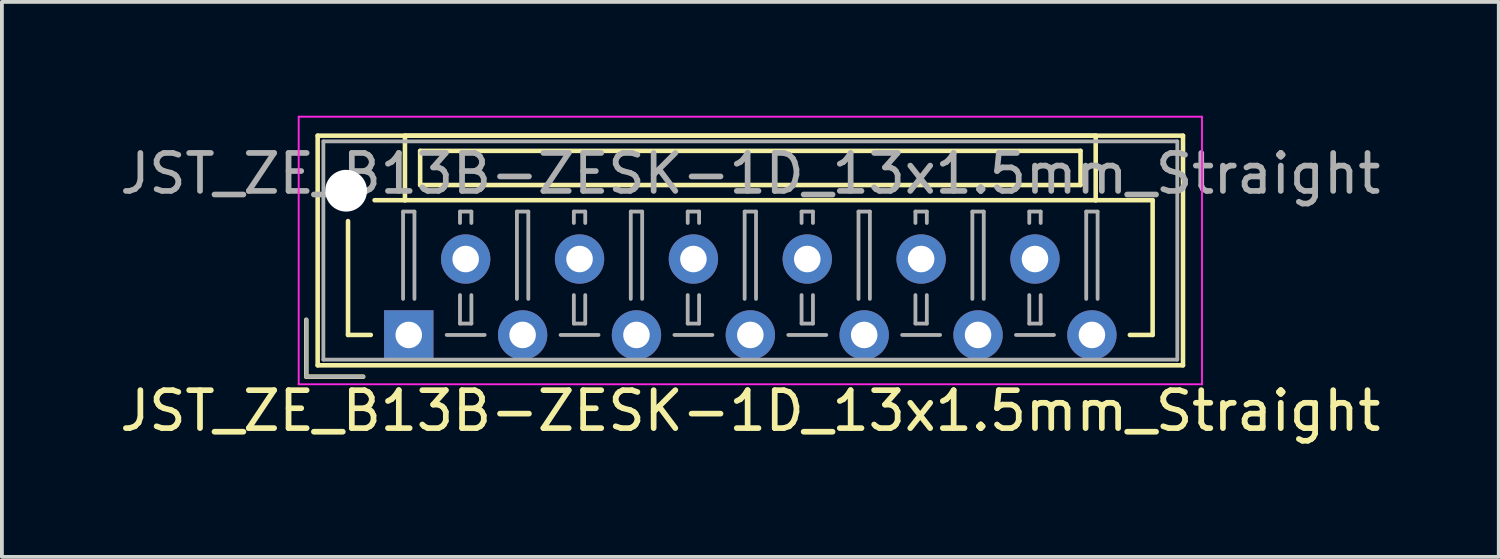
<source format=kicad_pcb>
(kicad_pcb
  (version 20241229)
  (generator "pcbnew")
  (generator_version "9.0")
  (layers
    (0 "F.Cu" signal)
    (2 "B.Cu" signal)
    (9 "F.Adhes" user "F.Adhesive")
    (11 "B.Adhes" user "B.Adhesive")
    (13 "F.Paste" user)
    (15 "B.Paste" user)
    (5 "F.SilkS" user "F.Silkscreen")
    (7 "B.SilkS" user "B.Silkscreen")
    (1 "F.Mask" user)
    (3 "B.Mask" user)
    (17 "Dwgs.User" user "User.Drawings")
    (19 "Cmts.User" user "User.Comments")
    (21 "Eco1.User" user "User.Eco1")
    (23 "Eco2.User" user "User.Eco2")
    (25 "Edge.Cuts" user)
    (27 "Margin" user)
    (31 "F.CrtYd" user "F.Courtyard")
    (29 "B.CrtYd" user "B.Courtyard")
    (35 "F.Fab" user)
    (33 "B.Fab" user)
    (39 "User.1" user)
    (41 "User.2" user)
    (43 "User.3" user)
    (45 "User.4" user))
  (footprint "JST_ZE_B13B-ZESK-1D_13x1.5mm_Straight"
    (layer "F.Cu")
    (at 7.72 5.775)
    (property "Reference" "JST_ZE_B13B-ZESK-1D_13x1.5mm_Straight" (at 9 2 0) (layer "F.SilkS") (effects (font (size 1 1) (thickness 0.15))))
    (attr through_hole)
    (fp_line (start -2.7 -0.4) (end -2.7 1.1) (stroke (width 0.12) (type solid)) (layer "F.SilkS"))
    (fp_line (start -2.7 1.1) (end -1.2 1.1) (stroke (width 0.12) (type solid)) (layer "F.SilkS"))
    (fp_line (start -2.4 -5.25) (end -2.4 0.8) (stroke (width 0.12) (type solid)) (layer "F.SilkS"))
    (fp_line (start -2.4 0.8) (end 20.4 0.8) (stroke (width 0.12) (type solid)) (layer "F.SilkS"))
    (fp_line (start -1.6 -3) (end -1.6 0) (stroke (width 0.12) (type solid)) (layer "F.SilkS"))
    (fp_line (start -1.6 0) (end -1 0) (stroke (width 0.12) (type solid)) (layer "F.SilkS"))
    (fp_line (start -0.1 -5.25) (end -0.1 -3.55) (stroke (width 0.12) (type solid)) (layer "F.SilkS"))
    (fp_line (start -0.1 -3.55) (end -0.9 -3.55) (stroke (width 0.12) (type solid)) (layer "F.SilkS"))
    (fp_line (start -0.1 -3.55) (end 18.1 -3.55) (stroke (width 0.12) (type solid)) (layer "F.SilkS"))
    (fp_line (start 0.3 -4.85) (end 0.3 -3.95) (stroke (width 0.12) (type solid)) (layer "F.SilkS"))
    (fp_line (start 0.3 -3.95) (end 17.7 -3.95) (stroke (width 0.12) (type solid)) (layer "F.SilkS"))
    (fp_line (start 17.7 -4.85) (end 0.3 -4.85) (stroke (width 0.12) (type solid)) (layer "F.SilkS"))
    (fp_line (start 17.7 -3.95) (end 17.7 -4.85) (stroke (width 0.12) (type solid)) (layer "F.SilkS"))
    (fp_line (start 18.1 -5.25) (end -0.1 -5.25) (stroke (width 0.12) (type solid)) (layer "F.SilkS"))
    (fp_line (start 18.1 -3.55) (end 18.1 -5.25) (stroke (width 0.12) (type solid)) (layer "F.SilkS"))
    (fp_line (start 18.1 -3.55) (end 19.6 -3.55) (stroke (width 0.12) (type solid)) (layer "F.SilkS"))
    (fp_line (start 19.6 -3.55) (end 19.6 0) (stroke (width 0.12) (type solid)) (layer "F.SilkS"))
    (fp_line (start 19.6 0) (end 19 0) (stroke (width 0.12) (type solid)) (layer "F.SilkS"))
    (fp_line (start 20.4 -5.25) (end -2.4 -5.25) (stroke (width 0.12) (type solid)) (layer "F.SilkS"))
    (fp_line (start 20.4 0.8) (end 20.4 -5.25) (stroke (width 0.12) (type solid)) (layer "F.SilkS"))
    (fp_line (start -2.9 -5.75) (end -2.9 1.3) (stroke (width 0.05) (type solid)) (layer "F.CrtYd"))
    (fp_line (start -2.9 1.3) (end 20.9 1.3) (stroke (width 0.05) (type solid)) (layer "F.CrtYd"))
    (fp_line (start 20.9 -5.75) (end -2.9 -5.75) (stroke (width 0.05) (type solid)) (layer "F.CrtYd"))
    (fp_line (start 20.9 1.3) (end 20.9 -5.75) (stroke (width 0.05) (type solid)) (layer "F.CrtYd"))
    (fp_line (start -2.7 -0.4) (end -2.7 1.1) (stroke (width 0.1) (type solid)) (layer "F.Fab"))
    (fp_line (start -2.7 1.1) (end -1.2 1.1) (stroke (width 0.1) (type solid)) (layer "F.Fab"))
    (fp_line (start -2.25 -5.1) (end -2.25 0.65) (stroke (width 0.1) (type solid)) (layer "F.Fab"))
    (fp_line (start -2.25 0.65) (end 20.25 0.65) (stroke (width 0.1) (type solid)) (layer "F.Fab"))
    (fp_line (start -0.15 -3.25) (end 0.15 -3.25) (stroke (width 0.1) (type solid)) (layer "F.Fab"))
    (fp_line (start -0.15 -0.95) (end -0.15 -3.25) (stroke (width 0.1) (type solid)) (layer "F.Fab"))
    (fp_line (start 0.15 -3.25) (end 0.15 -0.95) (stroke (width 0.1) (type solid)) (layer "F.Fab"))
    (fp_line (start 1 0) (end 2 0) (stroke (width 0.1) (type solid)) (layer "F.Fab"))
    (fp_line (start 1.35 -3.25) (end 1.65 -3.25) (stroke (width 0.1) (type solid)) (layer "F.Fab"))
    (fp_line (start 1.35 -2.95) (end 1.35 -3.25) (stroke (width 0.1) (type solid)) (layer "F.Fab"))
    (fp_line (start 1.35 -1.05) (end 1.35 -0.3) (stroke (width 0.1) (type solid)) (layer "F.Fab"))
    (fp_line (start 1.35 -0.3) (end 1.65 -0.3) (stroke (width 0.1) (type solid)) (layer "F.Fab"))
    (fp_line (start 1.65 -3.25) (end 1.65 -2.95) (stroke (width 0.1) (type solid)) (layer "F.Fab"))
    (fp_line (start 1.65 -0.3) (end 1.65 -1.05) (stroke (width 0.1) (type solid)) (layer "F.Fab"))
    (fp_line (start 2.85 -3.25) (end 3.15 -3.25) (stroke (width 0.1) (type solid)) (layer "F.Fab"))
    (fp_line (start 2.85 -0.95) (end 2.85 -3.25) (stroke (width 0.1) (type solid)) (layer "F.Fab"))
    (fp_line (start 3.15 -3.25) (end 3.15 -0.95) (stroke (width 0.1) (type solid)) (layer "F.Fab"))
    (fp_line (start 4 0) (end 5 0) (stroke (width 0.1) (type solid)) (layer "F.Fab"))
    (fp_line (start 4.35 -3.25) (end 4.65 -3.25) (stroke (width 0.1) (type solid)) (layer "F.Fab"))
    (fp_line (start 4.35 -2.95) (end 4.35 -3.25) (stroke (width 0.1) (type solid)) (layer "F.Fab"))
    (fp_line (start 4.35 -1.05) (end 4.35 -0.3) (stroke (width 0.1) (type solid)) (layer "F.Fab"))
    (fp_line (start 4.35 -0.3) (end 4.65 -0.3) (stroke (width 0.1) (type solid)) (layer "F.Fab"))
    (fp_line (start 4.65 -3.25) (end 4.65 -2.95) (stroke (width 0.1) (type solid)) (layer "F.Fab"))
    (fp_line (start 4.65 -0.3) (end 4.65 -1.05) (stroke (width 0.1) (type solid)) (layer "F.Fab"))
    (fp_line (start 5.85 -3.25) (end 6.15 -3.25) (stroke (width 0.1) (type solid)) (layer "F.Fab"))
    (fp_line (start 5.85 -0.95) (end 5.85 -3.25) (stroke (width 0.1) (type solid)) (layer "F.Fab"))
    (fp_line (start 6.15 -3.25) (end 6.15 -0.95) (stroke (width 0.1) (type solid)) (layer "F.Fab"))
    (fp_line (start 7 0) (end 8 0) (stroke (width 0.1) (type solid)) (layer "F.Fab"))
    (fp_line (start 7.35 -3.25) (end 7.65 -3.25) (stroke (width 0.1) (type solid)) (layer "F.Fab"))
    (fp_line (start 7.35 -2.95) (end 7.35 -3.25) (stroke (width 0.1) (type solid)) (layer "F.Fab"))
    (fp_line (start 7.35 -1.05) (end 7.35 -0.3) (stroke (width 0.1) (type solid)) (layer "F.Fab"))
    (fp_line (start 7.35 -0.3) (end 7.65 -0.3) (stroke (width 0.1) (type solid)) (layer "F.Fab"))
    (fp_line (start 7.65 -3.25) (end 7.65 -2.95) (stroke (width 0.1) (type solid)) (layer "F.Fab"))
    (fp_line (start 7.65 -0.3) (end 7.65 -1.05) (stroke (width 0.1) (type solid)) (layer "F.Fab"))
    (fp_line (start 8.85 -3.25) (end 9.15 -3.25) (stroke (width 0.1) (type solid)) (layer "F.Fab"))
    (fp_line (start 8.85 -0.95) (end 8.85 -3.25) (stroke (width 0.1) (type solid)) (layer "F.Fab"))
    (fp_line (start 9.15 -3.25) (end 9.15 -0.95) (stroke (width 0.1) (type solid)) (layer "F.Fab"))
    (fp_line (start 10 0) (end 11 0) (stroke (width 0.1) (type solid)) (layer "F.Fab"))
    (fp_line (start 10.35 -3.25) (end 10.65 -3.25) (stroke (width 0.1) (type solid)) (layer "F.Fab"))
    (fp_line (start 10.35 -2.95) (end 10.35 -3.25) (stroke (width 0.1) (type solid)) (layer "F.Fab"))
    (fp_line (start 10.35 -1.05) (end 10.35 -0.3) (stroke (width 0.1) (type solid)) (layer "F.Fab"))
    (fp_line (start 10.35 -0.3) (end 10.65 -0.3) (stroke (width 0.1) (type solid)) (layer "F.Fab"))
    (fp_line (start 10.65 -3.25) (end 10.65 -2.95) (stroke (width 0.1) (type solid)) (layer "F.Fab"))
    (fp_line (start 10.65 -0.3) (end 10.65 -1.05) (stroke (width 0.1) (type solid)) (layer "F.Fab"))
    (fp_line (start 11.85 -3.25) (end 12.15 -3.25) (stroke (width 0.1) (type solid)) (layer "F.Fab"))
    (fp_line (start 11.85 -0.95) (end 11.85 -3.25) (stroke (width 0.1) (type solid)) (layer "F.Fab"))
    (fp_line (start 12.15 -3.25) (end 12.15 -0.95) (stroke (width 0.1) (type solid)) (layer "F.Fab"))
    (fp_line (start 13 0) (end 14 0) (stroke (width 0.1) (type solid)) (layer "F.Fab"))
    (fp_line (start 13.35 -3.25) (end 13.65 -3.25) (stroke (width 0.1) (type solid)) (layer "F.Fab"))
    (fp_line (start 13.35 -2.95) (end 13.35 -3.25) (stroke (width 0.1) (type solid)) (layer "F.Fab"))
    (fp_line (start 13.35 -1.05) (end 13.35 -0.3) (stroke (width 0.1) (type solid)) (layer "F.Fab"))
    (fp_line (start 13.35 -0.3) (end 13.65 -0.3) (stroke (width 0.1) (type solid)) (layer "F.Fab"))
    (fp_line (start 13.65 -3.25) (end 13.65 -2.95) (stroke (width 0.1) (type solid)) (layer "F.Fab"))
    (fp_line (start 13.65 -0.3) (end 13.65 -1.05) (stroke (width 0.1) (type solid)) (layer "F.Fab"))
    (fp_line (start 14.85 -3.25) (end 15.15 -3.25) (stroke (width 0.1) (type solid)) (layer "F.Fab"))
    (fp_line (start 14.85 -0.95) (end 14.85 -3.25) (stroke (width 0.1) (type solid)) (layer "F.Fab"))
    (fp_line (start 15.15 -3.25) (end 15.15 -0.95) (stroke (width 0.1) (type solid)) (layer "F.Fab"))
    (fp_line (start 16 0) (end 17 0) (stroke (width 0.1) (type solid)) (layer "F.Fab"))
    (fp_line (start 16.35 -3.25) (end 16.65 -3.25) (stroke (width 0.1) (type solid)) (layer "F.Fab"))
    (fp_line (start 16.35 -2.95) (end 16.35 -3.25) (stroke (width 0.1) (type solid)) (layer "F.Fab"))
    (fp_line (start 16.35 -1.05) (end 16.35 -0.3) (stroke (width 0.1) (type solid)) (layer "F.Fab"))
    (fp_line (start 16.35 -0.3) (end 16.65 -0.3) (stroke (width 0.1) (type solid)) (layer "F.Fab"))
    (fp_line (start 16.65 -3.25) (end 16.65 -2.95) (stroke (width 0.1) (type solid)) (layer "F.Fab"))
    (fp_line (start 16.65 -0.3) (end 16.65 -1.05) (stroke (width 0.1) (type solid)) (layer "F.Fab"))
    (fp_line (start 17.85 -3.25) (end 18.15 -3.25) (stroke (width 0.1) (type solid)) (layer "F.Fab"))
    (fp_line (start 17.85 -0.95) (end 17.85 -3.25) (stroke (width 0.1) (type solid)) (layer "F.Fab"))
    (fp_line (start 18.15 -3.25) (end 18.15 -0.95) (stroke (width 0.1) (type solid)) (layer "F.Fab"))
    (fp_line (start 20.25 -5.1) (end -2.25 -5.1) (stroke (width 0.1) (type solid)) (layer "F.Fab"))
    (fp_line (start 20.25 0.65) (end 20.25 -5.1) (stroke (width 0.1) (type solid)) (layer "F.Fab"))
    (fp_text user "${REFERENCE}" (at 9 -4.25 0) (layer "F.Fab") (effects (font (size 1 1) (thickness 0.15))))
    (pad "" np_thru_hole circle (at -1.65 -3.8) (size 1.1 1.1) (drill 1.1) (layers "*.Cu"))
    (pad "1" thru_hole rect (at 0 0) (size 1.3 1.3) (drill 0.7) (layers "*.Cu" "*.Mask"))
    (pad "2" thru_hole circle (at 1.5 -2) (size 1.3 1.3) (drill 0.7) (layers "*.Cu" "*.Mask"))
    (pad "3" thru_hole circle (at 3 0) (size 1.3 1.3) (drill 0.7) (layers "*.Cu" "*.Mask"))
    (pad "4" thru_hole circle (at 4.5 -2) (size 1.3 1.3) (drill 0.7) (layers "*.Cu" "*.Mask"))
    (pad "5" thru_hole circle (at 6 0) (size 1.3 1.3) (drill 0.7) (layers "*.Cu" "*.Mask"))
    (pad "6" thru_hole circle (at 7.5 -2) (size 1.3 1.3) (drill 0.7) (layers "*.Cu" "*.Mask"))
    (pad "7" thru_hole circle (at 9 0) (size 1.3 1.3) (drill 0.7) (layers "*.Cu" "*.Mask"))
    (pad "8" thru_hole circle (at 10.5 -2) (size 1.3 1.3) (drill 0.7) (layers "*.Cu" "*.Mask"))
    (pad "9" thru_hole circle (at 12 0) (size 1.3 1.3) (drill 0.7) (layers "*.Cu" "*.Mask"))
    (pad "10" thru_hole circle (at 13.5 -2) (size 1.3 1.3) (drill 0.7) (layers "*.Cu" "*.Mask"))
    (pad "11" thru_hole circle (at 15 0) (size 1.3 1.3) (drill 0.7) (layers "*.Cu" "*.Mask"))
    (pad "12" thru_hole circle (at 16.5 -2) (size 1.3 1.3) (drill 0.7) (layers "*.Cu" "*.Mask"))
    (pad "13" thru_hole circle (at 18 0) (size 1.3 1.3) (drill 0.7) (layers "*.Cu" "*.Mask")))
  (gr_rect
    (start -3 -3)
    (end 36.44 11.623)
    (stroke (width 0.1) (type default))
    (fill no)
    (layer "Edge.Cuts")))
</source>
